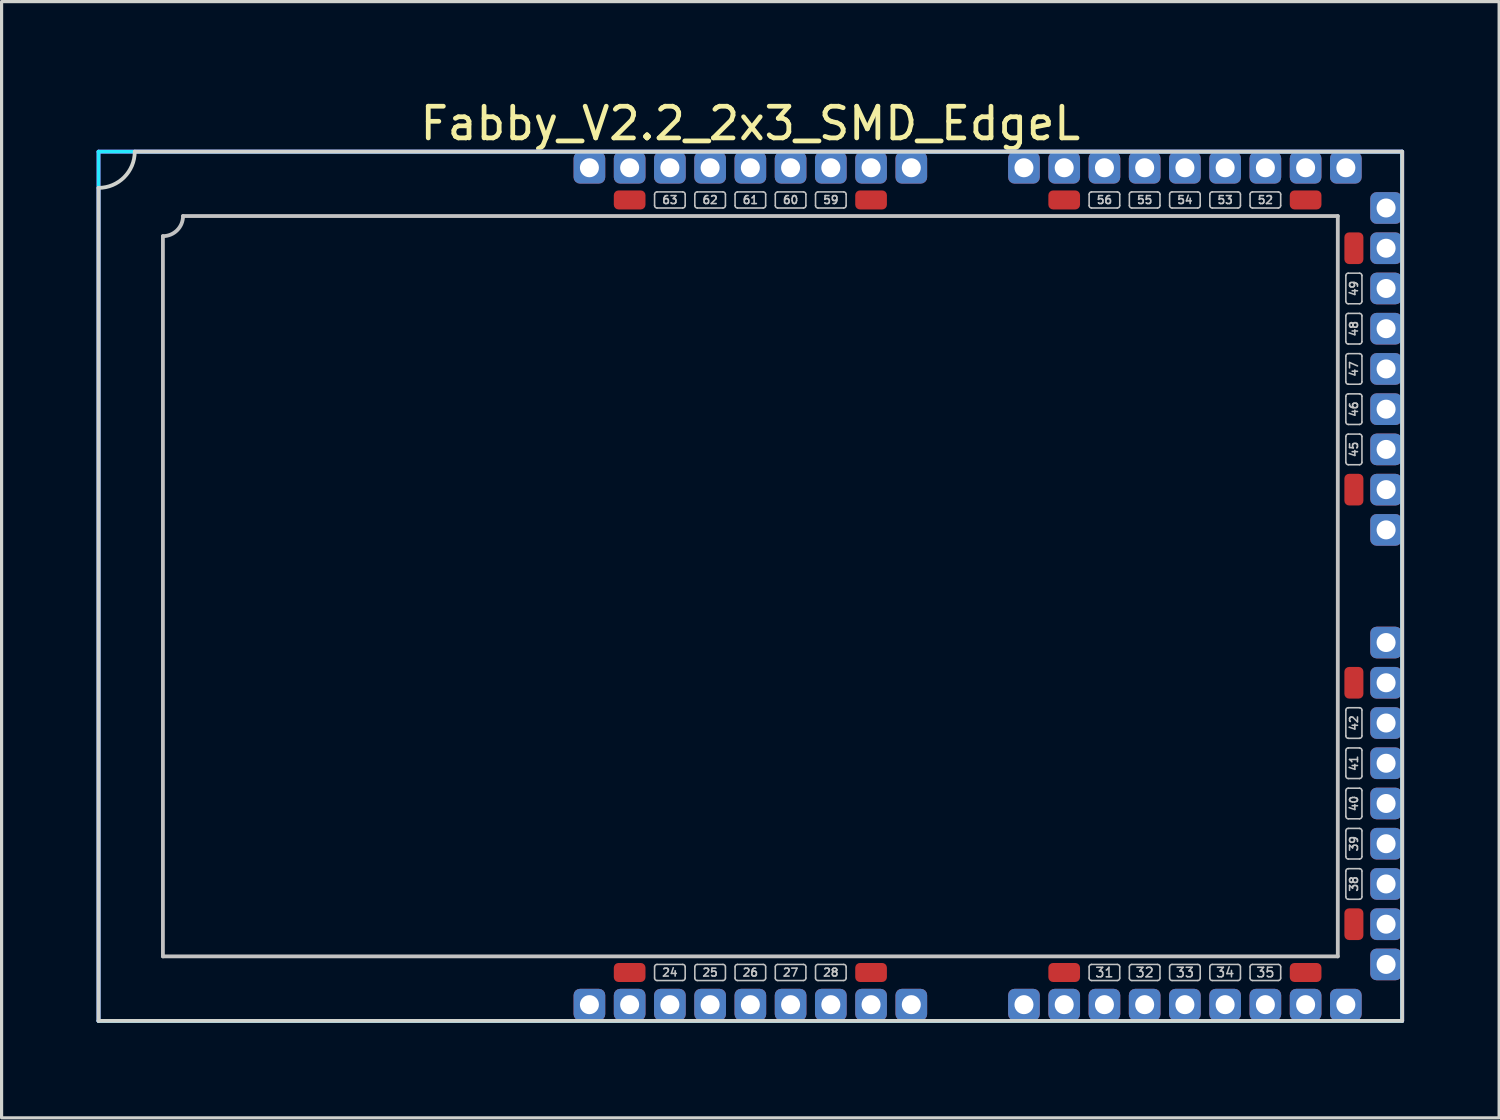
<source format=kicad_pcb>
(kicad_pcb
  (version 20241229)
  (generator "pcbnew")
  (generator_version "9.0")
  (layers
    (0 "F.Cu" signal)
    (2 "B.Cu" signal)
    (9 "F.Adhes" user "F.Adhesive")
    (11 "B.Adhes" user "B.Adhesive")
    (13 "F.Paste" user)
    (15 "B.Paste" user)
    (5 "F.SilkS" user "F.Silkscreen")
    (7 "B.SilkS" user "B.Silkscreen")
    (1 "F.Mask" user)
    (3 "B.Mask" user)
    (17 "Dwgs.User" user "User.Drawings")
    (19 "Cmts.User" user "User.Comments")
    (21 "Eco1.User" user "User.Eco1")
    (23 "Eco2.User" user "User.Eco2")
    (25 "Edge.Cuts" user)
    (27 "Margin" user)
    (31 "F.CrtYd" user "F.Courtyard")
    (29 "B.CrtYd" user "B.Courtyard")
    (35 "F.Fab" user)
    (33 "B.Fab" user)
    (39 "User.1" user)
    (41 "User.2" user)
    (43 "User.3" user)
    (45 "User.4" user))
  (footprint "Fabby_V2.2_2x3_SMD_EdgeL"
    (layer "F.Cu")
    (at 20.634 15.453)
    (property "Reference" "Fabby_V2.2_2x3_SMD_EdgeL" (at 0 -14.605 0) (layer "F.SilkS") (effects (font (size 1 1) (thickness 0.15))))
    (attr through_hole)
    (fp_line (start -18.542 11.684) (end -18.542 -11.049) (stroke (width 0.12) (type solid)) (layer "Dwgs.User"))
    (fp_line (start -17.907 -11.684) (end 18.542 -11.684) (stroke (width 0.12) (type solid)) (layer "Dwgs.User"))
    (fp_line (start -3.023 -12.014) (end -3.023 -12.37) (stroke (width 0.05) (type solid)) (layer "Dwgs.User"))
    (fp_line (start -3.023 12.014) (end -3.023 12.37) (stroke (width 0.05) (type solid)) (layer "Dwgs.User"))
    (fp_line (start -2.946 11.938) (end -2.134 11.938) (stroke (width 0.05) (type solid)) (layer "Dwgs.User"))
    (fp_line (start -2.946 12.446) (end -2.134 12.446) (stroke (width 0.05) (type solid)) (layer "Dwgs.User"))
    (fp_line (start -2.134 -12.446) (end -2.946 -12.446) (stroke (width 0.05) (type solid)) (layer "Dwgs.User"))
    (fp_line (start -2.134 -11.938) (end -2.946 -11.938) (stroke (width 0.05) (type solid)) (layer "Dwgs.User"))
    (fp_line (start -2.057 -12.014) (end -2.057 -12.37) (stroke (width 0.05) (type solid)) (layer "Dwgs.User"))
    (fp_line (start -2.057 12.014) (end -2.057 12.37) (stroke (width 0.05) (type solid)) (layer "Dwgs.User"))
    (fp_line (start -1.753 -12.014) (end -1.753 -12.37) (stroke (width 0.05) (type solid)) (layer "Dwgs.User"))
    (fp_line (start -1.753 12.014) (end -1.753 12.37) (stroke (width 0.05) (type solid)) (layer "Dwgs.User"))
    (fp_line (start -1.676 11.938) (end -0.864 11.938) (stroke (width 0.05) (type solid)) (layer "Dwgs.User"))
    (fp_line (start -1.676 12.446) (end -0.864 12.446) (stroke (width 0.05) (type solid)) (layer "Dwgs.User"))
    (fp_line (start -0.864 -12.446) (end -1.676 -12.446) (stroke (width 0.05) (type solid)) (layer "Dwgs.User"))
    (fp_line (start -0.864 -11.938) (end -1.676 -11.938) (stroke (width 0.05) (type solid)) (layer "Dwgs.User"))
    (fp_line (start -0.787 -12.014) (end -0.787 -12.37) (stroke (width 0.05) (type solid)) (layer "Dwgs.User"))
    (fp_line (start -0.787 12.014) (end -0.787 12.37) (stroke (width 0.05) (type solid)) (layer "Dwgs.User"))
    (fp_line (start -0.483 -12.014) (end -0.483 -12.37) (stroke (width 0.05) (type solid)) (layer "Dwgs.User"))
    (fp_line (start -0.483 12.014) (end -0.483 12.37) (stroke (width 0.05) (type solid)) (layer "Dwgs.User"))
    (fp_line (start -0.406 11.938) (end 0.406 11.938) (stroke (width 0.05) (type solid)) (layer "Dwgs.User"))
    (fp_line (start -0.406 12.446) (end 0.406 12.446) (stroke (width 0.05) (type solid)) (layer "Dwgs.User"))
    (fp_line (start 0.406 -12.446) (end -0.406 -12.446) (stroke (width 0.05) (type solid)) (layer "Dwgs.User"))
    (fp_line (start 0.406 -11.938) (end -0.406 -11.938) (stroke (width 0.05) (type solid)) (layer "Dwgs.User"))
    (fp_line (start 0.483 -12.014) (end 0.483 -12.37) (stroke (width 0.05) (type solid)) (layer "Dwgs.User"))
    (fp_line (start 0.483 12.014) (end 0.483 12.37) (stroke (width 0.05) (type solid)) (layer "Dwgs.User"))
    (fp_line (start 0.787 -12.014) (end 0.787 -12.37) (stroke (width 0.05) (type solid)) (layer "Dwgs.User"))
    (fp_line (start 0.787 12.014) (end 0.787 12.37) (stroke (width 0.05) (type solid)) (layer "Dwgs.User"))
    (fp_line (start 0.864 11.938) (end 1.676 11.938) (stroke (width 0.05) (type solid)) (layer "Dwgs.User"))
    (fp_line (start 0.864 12.446) (end 1.676 12.446) (stroke (width 0.05) (type solid)) (layer "Dwgs.User"))
    (fp_line (start 1.676 -12.446) (end 0.864 -12.446) (stroke (width 0.05) (type solid)) (layer "Dwgs.User"))
    (fp_line (start 1.676 -11.938) (end 0.864 -11.938) (stroke (width 0.05) (type solid)) (layer "Dwgs.User"))
    (fp_line (start 1.753 -12.014) (end 1.753 -12.37) (stroke (width 0.05) (type solid)) (layer "Dwgs.User"))
    (fp_line (start 1.753 12.014) (end 1.753 12.37) (stroke (width 0.05) (type solid)) (layer "Dwgs.User"))
    (fp_line (start 2.057 -12.014) (end 2.057 -12.37) (stroke (width 0.05) (type solid)) (layer "Dwgs.User"))
    (fp_line (start 2.057 12.014) (end 2.057 12.37) (stroke (width 0.05) (type solid)) (layer "Dwgs.User"))
    (fp_line (start 2.134 11.938) (end 2.946 11.938) (stroke (width 0.05) (type solid)) (layer "Dwgs.User"))
    (fp_line (start 2.134 12.446) (end 2.946 12.446) (stroke (width 0.05) (type solid)) (layer "Dwgs.User"))
    (fp_line (start 2.946 -12.446) (end 2.134 -12.446) (stroke (width 0.05) (type solid)) (layer "Dwgs.User"))
    (fp_line (start 2.946 -11.938) (end 2.134 -11.938) (stroke (width 0.05) (type solid)) (layer "Dwgs.User"))
    (fp_line (start 3.023 -12.014) (end 3.023 -12.37) (stroke (width 0.05) (type solid)) (layer "Dwgs.User"))
    (fp_line (start 3.023 12.014) (end 3.023 12.37) (stroke (width 0.05) (type solid)) (layer "Dwgs.User"))
    (fp_line (start 10.693 -12.014) (end 10.693 -12.37) (stroke (width 0.05) (type solid)) (layer "Dwgs.User"))
    (fp_line (start 10.693 12.37) (end 10.693 12.014) (stroke (width 0.05) (type solid)) (layer "Dwgs.User"))
    (fp_line (start 11.582 -12.446) (end 10.77 -12.446) (stroke (width 0.05) (type solid)) (layer "Dwgs.User"))
    (fp_line (start 11.582 -11.938) (end 10.77 -11.938) (stroke (width 0.05) (type solid)) (layer "Dwgs.User"))
    (fp_line (start 11.582 11.938) (end 10.77 11.938) (stroke (width 0.05) (type solid)) (layer "Dwgs.User"))
    (fp_line (start 11.582 12.446) (end 10.77 12.446) (stroke (width 0.05) (type solid)) (layer "Dwgs.User"))
    (fp_line (start 11.659 -12.014) (end 11.659 -12.37) (stroke (width 0.05) (type solid)) (layer "Dwgs.User"))
    (fp_line (start 11.659 12.37) (end 11.659 12.014) (stroke (width 0.05) (type solid)) (layer "Dwgs.User"))
    (fp_line (start 11.963 -12.014) (end 11.963 -12.37) (stroke (width 0.05) (type solid)) (layer "Dwgs.User"))
    (fp_line (start 11.963 12.37) (end 11.963 12.014) (stroke (width 0.05) (type solid)) (layer "Dwgs.User"))
    (fp_line (start 12.852 -12.446) (end 12.04 -12.446) (stroke (width 0.05) (type solid)) (layer "Dwgs.User"))
    (fp_line (start 12.852 -11.938) (end 12.04 -11.938) (stroke (width 0.05) (type solid)) (layer "Dwgs.User"))
    (fp_line (start 12.852 11.938) (end 12.04 11.938) (stroke (width 0.05) (type solid)) (layer "Dwgs.User"))
    (fp_line (start 12.852 12.446) (end 12.04 12.446) (stroke (width 0.05) (type solid)) (layer "Dwgs.User"))
    (fp_line (start 12.929 -12.014) (end 12.929 -12.37) (stroke (width 0.05) (type solid)) (layer "Dwgs.User"))
    (fp_line (start 12.929 12.37) (end 12.929 12.014) (stroke (width 0.05) (type solid)) (layer "Dwgs.User"))
    (fp_line (start 13.233 -12.014) (end 13.233 -12.37) (stroke (width 0.05) (type solid)) (layer "Dwgs.User"))
    (fp_line (start 13.233 12.37) (end 13.233 12.014) (stroke (width 0.05) (type solid)) (layer "Dwgs.User"))
    (fp_line (start 14.122 -12.446) (end 13.31 -12.446) (stroke (width 0.05) (type solid)) (layer "Dwgs.User"))
    (fp_line (start 14.122 -11.938) (end 13.31 -11.938) (stroke (width 0.05) (type solid)) (layer "Dwgs.User"))
    (fp_line (start 14.122 11.938) (end 13.31 11.938) (stroke (width 0.05) (type solid)) (layer "Dwgs.User"))
    (fp_line (start 14.122 12.446) (end 13.31 12.446) (stroke (width 0.05) (type solid)) (layer "Dwgs.User"))
    (fp_line (start 14.199 -12.014) (end 14.199 -12.37) (stroke (width 0.05) (type solid)) (layer "Dwgs.User"))
    (fp_line (start 14.199 12.37) (end 14.199 12.014) (stroke (width 0.05) (type solid)) (layer "Dwgs.User"))
    (fp_line (start 14.503 -12.014) (end 14.503 -12.37) (stroke (width 0.05) (type solid)) (layer "Dwgs.User"))
    (fp_line (start 14.503 12.37) (end 14.503 12.014) (stroke (width 0.05) (type solid)) (layer "Dwgs.User"))
    (fp_line (start 15.392 -12.446) (end 14.58 -12.446) (stroke (width 0.05) (type solid)) (layer "Dwgs.User"))
    (fp_line (start 15.392 -11.938) (end 14.58 -11.938) (stroke (width 0.05) (type solid)) (layer "Dwgs.User"))
    (fp_line (start 15.392 11.938) (end 14.58 11.938) (stroke (width 0.05) (type solid)) (layer "Dwgs.User"))
    (fp_line (start 15.392 12.446) (end 14.58 12.446) (stroke (width 0.05) (type solid)) (layer "Dwgs.User"))
    (fp_line (start 15.469 -12.014) (end 15.469 -12.37) (stroke (width 0.05) (type solid)) (layer "Dwgs.User"))
    (fp_line (start 15.469 12.37) (end 15.469 12.014) (stroke (width 0.05) (type solid)) (layer "Dwgs.User"))
    (fp_line (start 15.773 -12.014) (end 15.773 -12.37) (stroke (width 0.05) (type solid)) (layer "Dwgs.User"))
    (fp_line (start 15.773 12.37) (end 15.773 12.014) (stroke (width 0.05) (type solid)) (layer "Dwgs.User"))
    (fp_line (start 16.662 -12.446) (end 15.85 -12.446) (stroke (width 0.05) (type solid)) (layer "Dwgs.User"))
    (fp_line (start 16.662 -11.938) (end 15.85 -11.938) (stroke (width 0.05) (type solid)) (layer "Dwgs.User"))
    (fp_line (start 16.662 11.938) (end 15.85 11.938) (stroke (width 0.05) (type solid)) (layer "Dwgs.User"))
    (fp_line (start 16.662 12.446) (end 15.85 12.446) (stroke (width 0.05) (type solid)) (layer "Dwgs.User"))
    (fp_line (start 16.739 -12.014) (end 16.739 -12.37) (stroke (width 0.05) (type solid)) (layer "Dwgs.User"))
    (fp_line (start 16.739 12.37) (end 16.739 12.014) (stroke (width 0.05) (type solid)) (layer "Dwgs.User"))
    (fp_line (start 18.542 -11.684) (end 18.542 11.684) (stroke (width 0.12) (type solid)) (layer "Dwgs.User"))
    (fp_line (start 18.542 11.684) (end -18.542 11.684) (stroke (width 0.12) (type solid)) (layer "Dwgs.User"))
    (fp_line (start 18.796 -8.992) (end 18.796 -9.804) (stroke (width 0.05) (type solid)) (layer "Dwgs.User"))
    (fp_line (start 18.796 -7.722) (end 18.796 -8.534) (stroke (width 0.05) (type solid)) (layer "Dwgs.User"))
    (fp_line (start 18.796 -6.452) (end 18.796 -7.264) (stroke (width 0.05) (type solid)) (layer "Dwgs.User"))
    (fp_line (start 18.796 -5.182) (end 18.796 -5.994) (stroke (width 0.05) (type solid)) (layer "Dwgs.User"))
    (fp_line (start 18.796 -3.912) (end 18.796 -4.724) (stroke (width 0.05) (type solid)) (layer "Dwgs.User"))
    (fp_line (start 18.796 3.912) (end 18.796 4.724) (stroke (width 0.05) (type solid)) (layer "Dwgs.User"))
    (fp_line (start 18.796 5.182) (end 18.796 5.994) (stroke (width 0.05) (type solid)) (layer "Dwgs.User"))
    (fp_line (start 18.796 6.452) (end 18.796 7.264) (stroke (width 0.05) (type solid)) (layer "Dwgs.User"))
    (fp_line (start 18.796 7.722) (end 18.796 8.534) (stroke (width 0.05) (type solid)) (layer "Dwgs.User"))
    (fp_line (start 18.796 8.992) (end 18.796 9.804) (stroke (width 0.05) (type solid)) (layer "Dwgs.User"))
    (fp_line (start 18.872 -9.881) (end 19.228 -9.881) (stroke (width 0.05) (type solid)) (layer "Dwgs.User"))
    (fp_line (start 18.872 -8.915) (end 19.228 -8.915) (stroke (width 0.05) (type solid)) (layer "Dwgs.User"))
    (fp_line (start 18.872 -8.611) (end 19.228 -8.611) (stroke (width 0.05) (type solid)) (layer "Dwgs.User"))
    (fp_line (start 18.872 -7.645) (end 19.228 -7.645) (stroke (width 0.05) (type solid)) (layer "Dwgs.User"))
    (fp_line (start 18.872 -7.341) (end 19.228 -7.341) (stroke (width 0.05) (type solid)) (layer "Dwgs.User"))
    (fp_line (start 18.872 -6.375) (end 19.228 -6.375) (stroke (width 0.05) (type solid)) (layer "Dwgs.User"))
    (fp_line (start 18.872 -6.071) (end 19.228 -6.071) (stroke (width 0.05) (type solid)) (layer "Dwgs.User"))
    (fp_line (start 18.872 -5.105) (end 19.228 -5.105) (stroke (width 0.05) (type solid)) (layer "Dwgs.User"))
    (fp_line (start 18.872 -4.801) (end 19.228 -4.801) (stroke (width 0.05) (type solid)) (layer "Dwgs.User"))
    (fp_line (start 18.872 -3.835) (end 19.228 -3.835) (stroke (width 0.05) (type solid)) (layer "Dwgs.User"))
    (fp_line (start 19.228 3.835) (end 18.872 3.835) (stroke (width 0.05) (type solid)) (layer "Dwgs.User"))
    (fp_line (start 19.228 4.801) (end 18.872 4.801) (stroke (width 0.05) (type solid)) (layer "Dwgs.User"))
    (fp_line (start 19.228 5.105) (end 18.872 5.105) (stroke (width 0.05) (type solid)) (layer "Dwgs.User"))
    (fp_line (start 19.228 6.071) (end 18.872 6.071) (stroke (width 0.05) (type solid)) (layer "Dwgs.User"))
    (fp_line (start 19.228 6.375) (end 18.872 6.375) (stroke (width 0.05) (type solid)) (layer "Dwgs.User"))
    (fp_line (start 19.228 7.341) (end 18.872 7.341) (stroke (width 0.05) (type solid)) (layer "Dwgs.User"))
    (fp_line (start 19.228 7.645) (end 18.872 7.645) (stroke (width 0.05) (type solid)) (layer "Dwgs.User"))
    (fp_line (start 19.228 8.611) (end 18.872 8.611) (stroke (width 0.05) (type solid)) (layer "Dwgs.User"))
    (fp_line (start 19.228 8.915) (end 18.872 8.915) (stroke (width 0.05) (type solid)) (layer "Dwgs.User"))
    (fp_line (start 19.228 9.881) (end 18.872 9.881) (stroke (width 0.05) (type solid)) (layer "Dwgs.User"))
    (fp_line (start 19.304 -8.992) (end 19.304 -9.804) (stroke (width 0.05) (type solid)) (layer "Dwgs.User"))
    (fp_line (start 19.304 -7.722) (end 19.304 -8.534) (stroke (width 0.05) (type solid)) (layer "Dwgs.User"))
    (fp_line (start 19.304 -6.452) (end 19.304 -7.264) (stroke (width 0.05) (type solid)) (layer "Dwgs.User"))
    (fp_line (start 19.304 -5.182) (end 19.304 -5.994) (stroke (width 0.05) (type solid)) (layer "Dwgs.User"))
    (fp_line (start 19.304 -3.912) (end 19.304 -4.724) (stroke (width 0.05) (type solid)) (layer "Dwgs.User"))
    (fp_line (start 19.304 3.912) (end 19.304 4.724) (stroke (width 0.05) (type solid)) (layer "Dwgs.User"))
    (fp_line (start 19.304 5.182) (end 19.304 5.994) (stroke (width 0.05) (type solid)) (layer "Dwgs.User"))
    (fp_line (start 19.304 6.452) (end 19.304 7.264) (stroke (width 0.05) (type solid)) (layer "Dwgs.User"))
    (fp_line (start 19.304 7.722) (end 19.304 8.534) (stroke (width 0.05) (type solid)) (layer "Dwgs.User"))
    (fp_line (start 19.304 8.992) (end 19.304 9.804) (stroke (width 0.05) (type solid)) (layer "Dwgs.User"))
    (fp_arc (start -17.907 -11.684) (mid -18.092987 -11.234987) (end -18.542 -11.049) (stroke (width 0.12) (type solid)) (layer "Dwgs.User"))
    (fp_arc (start -3.0226 -12.3698) (mid -3.000282 -12.423682) (end -2.9464 -12.446) (stroke (width 0.05) (type solid)) (layer "Dwgs.User"))
    (fp_arc (start -3.0226 12.0142) (mid -3.000282 11.960318) (end -2.9464 11.938) (stroke (width 0.05) (type solid)) (layer "Dwgs.User"))
    (fp_arc (start -2.9464 -11.938) (mid -3.000282 -11.960318) (end -3.0226 -12.0142) (stroke (width 0.05) (type solid)) (layer "Dwgs.User"))
    (fp_arc (start -2.9464 12.446) (mid -3.000282 12.423682) (end -3.0226 12.3698) (stroke (width 0.05) (type solid)) (layer "Dwgs.User"))
    (fp_arc (start -2.1336 -12.446) (mid -2.079718 -12.423682) (end -2.0574 -12.3698) (stroke (width 0.05) (type solid)) (layer "Dwgs.User"))
    (fp_arc (start -2.1336 11.938) (mid -2.079718 11.960318) (end -2.0574 12.0142) (stroke (width 0.05) (type solid)) (layer "Dwgs.User"))
    (fp_arc (start -2.0574 -12.0142) (mid -2.079718 -11.960318) (end -2.1336 -11.938) (stroke (width 0.05) (type solid)) (layer "Dwgs.User"))
    (fp_arc (start -2.0574 12.3698) (mid -2.079718 12.423682) (end -2.1336 12.446) (stroke (width 0.05) (type solid)) (layer "Dwgs.User"))
    (fp_arc (start -1.7526 -12.3698) (mid -1.730282 -12.423682) (end -1.6764 -12.446) (stroke (width 0.05) (type solid)) (layer "Dwgs.User"))
    (fp_arc (start -1.7526 12.0142) (mid -1.730282 11.960318) (end -1.6764 11.938) (stroke (width 0.05) (type solid)) (layer "Dwgs.User"))
    (fp_arc (start -1.6764 -11.938) (mid -1.730282 -11.960318) (end -1.7526 -12.0142) (stroke (width 0.05) (type solid)) (layer "Dwgs.User"))
    (fp_arc (start -1.6764 12.446) (mid -1.730282 12.423682) (end -1.7526 12.3698) (stroke (width 0.05) (type solid)) (layer "Dwgs.User"))
    (fp_arc (start -0.8636 -12.446) (mid -0.809718 -12.423682) (end -0.7874 -12.3698) (stroke (width 0.05) (type solid)) (layer "Dwgs.User"))
    (fp_arc (start -0.8636 11.938) (mid -0.809718 11.960318) (end -0.7874 12.0142) (stroke (width 0.05) (type solid)) (layer "Dwgs.User"))
    (fp_arc (start -0.7874 -12.0142) (mid -0.809718 -11.960318) (end -0.8636 -11.938) (stroke (width 0.05) (type solid)) (layer "Dwgs.User"))
    (fp_arc (start -0.7874 12.3698) (mid -0.809718 12.423682) (end -0.8636 12.446) (stroke (width 0.05) (type solid)) (layer "Dwgs.User"))
    (fp_arc (start -0.4826 -12.3698) (mid -0.460282 -12.423682) (end -0.4064 -12.446) (stroke (width 0.05) (type solid)) (layer "Dwgs.User"))
    (fp_arc (start -0.4826 12.0142) (mid -0.460282 11.960318) (end -0.4064 11.938) (stroke (width 0.05) (type solid)) (layer "Dwgs.User"))
    (fp_arc (start -0.4064 -11.938) (mid -0.460282 -11.960318) (end -0.4826 -12.0142) (stroke (width 0.05) (type solid)) (layer "Dwgs.User"))
    (fp_arc (start -0.4064 12.446) (mid -0.460282 12.423682) (end -0.4826 12.3698) (stroke (width 0.05) (type solid)) (layer "Dwgs.User"))
    (fp_arc (start 0.4064 -12.446) (mid 0.460282 -12.423682) (end 0.4826 -12.3698) (stroke (width 0.05) (type solid)) (layer "Dwgs.User"))
    (fp_arc (start 0.4064 11.938) (mid 0.460282 11.960318) (end 0.4826 12.0142) (stroke (width 0.05) (type solid)) (layer "Dwgs.User"))
    (fp_arc (start 0.4826 -12.0142) (mid 0.460282 -11.960318) (end 0.4064 -11.938) (stroke (width 0.05) (type solid)) (layer "Dwgs.User"))
    (fp_arc (start 0.4826 12.3698) (mid 0.460282 12.423682) (end 0.4064 12.446) (stroke (width 0.05) (type solid)) (layer "Dwgs.User"))
    (fp_arc (start 0.7874 -12.3698) (mid 0.809718 -12.423682) (end 0.8636 -12.446) (stroke (width 0.05) (type solid)) (layer "Dwgs.User"))
    (fp_arc (start 0.7874 12.0142) (mid 0.809718 11.960318) (end 0.8636 11.938) (stroke (width 0.05) (type solid)) (layer "Dwgs.User"))
    (fp_arc (start 0.8636 -11.938) (mid 0.809718 -11.960318) (end 0.7874 -12.0142) (stroke (width 0.05) (type solid)) (layer "Dwgs.User"))
    (fp_arc (start 0.8636 12.446) (mid 0.809718 12.423682) (end 0.7874 12.3698) (stroke (width 0.05) (type solid)) (layer "Dwgs.User"))
    (fp_arc (start 1.6764 -12.446) (mid 1.730282 -12.423682) (end 1.7526 -12.3698) (stroke (width 0.05) (type solid)) (layer "Dwgs.User"))
    (fp_arc (start 1.6764 11.938) (mid 1.730282 11.960318) (end 1.7526 12.0142) (stroke (width 0.05) (type solid)) (layer "Dwgs.User"))
    (fp_arc (start 1.7526 -12.0142) (mid 1.730282 -11.960318) (end 1.6764 -11.938) (stroke (width 0.05) (type solid)) (layer "Dwgs.User"))
    (fp_arc (start 1.7526 12.3698) (mid 1.730282 12.423682) (end 1.6764 12.446) (stroke (width 0.05) (type solid)) (layer "Dwgs.User"))
    (fp_arc (start 2.0574 -12.3698) (mid 2.079718 -12.423682) (end 2.1336 -12.446) (stroke (width 0.05) (type solid)) (layer "Dwgs.User"))
    (fp_arc (start 2.0574 12.0142) (mid 2.079718 11.960318) (end 2.1336 11.938) (stroke (width 0.05) (type solid)) (layer "Dwgs.User"))
    (fp_arc (start 2.1336 -11.938) (mid 2.079718 -11.960318) (end 2.0574 -12.0142) (stroke (width 0.05) (type solid)) (layer "Dwgs.User"))
    (fp_arc (start 2.1336 12.446) (mid 2.079718 12.423682) (end 2.0574 12.3698) (stroke (width 0.05) (type solid)) (layer "Dwgs.User"))
    (fp_arc (start 2.9464 -12.446) (mid 3.000282 -12.423682) (end 3.0226 -12.3698) (stroke (width 0.05) (type solid)) (layer "Dwgs.User"))
    (fp_arc (start 2.9464 11.938) (mid 3.000282 11.960318) (end 3.0226 12.0142) (stroke (width 0.05) (type solid)) (layer "Dwgs.User"))
    (fp_arc (start 3.0226 -12.0142) (mid 3.000282 -11.960318) (end 2.9464 -11.938) (stroke (width 0.05) (type solid)) (layer "Dwgs.User"))
    (fp_arc (start 3.0226 12.3698) (mid 3.000282 12.423682) (end 2.9464 12.446) (stroke (width 0.05) (type solid)) (layer "Dwgs.User"))
    (fp_arc (start 10.6934 -12.3698) (mid 10.715718 -12.423682) (end 10.7696 -12.446) (stroke (width 0.05) (type solid)) (layer "Dwgs.User"))
    (fp_arc (start 10.6934 12.0142) (mid 10.715718 11.960318) (end 10.7696 11.938) (stroke (width 0.05) (type solid)) (layer "Dwgs.User"))
    (fp_arc (start 10.7696 -11.938) (mid 10.715718 -11.960318) (end 10.6934 -12.0142) (stroke (width 0.05) (type solid)) (layer "Dwgs.User"))
    (fp_arc (start 10.7696 12.446) (mid 10.715718 12.423682) (end 10.6934 12.3698) (stroke (width 0.05) (type solid)) (layer "Dwgs.User"))
    (fp_arc (start 11.5824 -12.446) (mid 11.636282 -12.423682) (end 11.6586 -12.3698) (stroke (width 0.05) (type solid)) (layer "Dwgs.User"))
    (fp_arc (start 11.5824 11.938) (mid 11.636282 11.960318) (end 11.6586 12.0142) (stroke (width 0.05) (type solid)) (layer "Dwgs.User"))
    (fp_arc (start 11.6586 -12.0142) (mid 11.636282 -11.960318) (end 11.5824 -11.938) (stroke (width 0.05) (type solid)) (layer "Dwgs.User"))
    (fp_arc (start 11.6586 12.3698) (mid 11.636282 12.423682) (end 11.5824 12.446) (stroke (width 0.05) (type solid)) (layer "Dwgs.User"))
    (fp_arc (start 11.9634 -12.3698) (mid 11.985718 -12.423682) (end 12.0396 -12.446) (stroke (width 0.05) (type solid)) (layer "Dwgs.User"))
    (fp_arc (start 11.9634 12.0142) (mid 11.985718 11.960318) (end 12.0396 11.938) (stroke (width 0.05) (type solid)) (layer "Dwgs.User"))
    (fp_arc (start 12.0396 -11.938) (mid 11.985718 -11.960318) (end 11.9634 -12.0142) (stroke (width 0.05) (type solid)) (layer "Dwgs.User"))
    (fp_arc (start 12.0396 12.446) (mid 11.985718 12.423682) (end 11.9634 12.3698) (stroke (width 0.05) (type solid)) (layer "Dwgs.User"))
    (fp_arc (start 12.8524 -12.446) (mid 12.906282 -12.423682) (end 12.9286 -12.3698) (stroke (width 0.05) (type solid)) (layer "Dwgs.User"))
    (fp_arc (start 12.8524 11.938) (mid 12.906282 11.960318) (end 12.9286 12.0142) (stroke (width 0.05) (type solid)) (layer "Dwgs.User"))
    (fp_arc (start 12.9286 -12.0142) (mid 12.906282 -11.960318) (end 12.8524 -11.938) (stroke (width 0.05) (type solid)) (layer "Dwgs.User"))
    (fp_arc (start 12.9286 12.3698) (mid 12.906282 12.423682) (end 12.8524 12.446) (stroke (width 0.05) (type solid)) (layer "Dwgs.User"))
    (fp_arc (start 13.2334 -12.3698) (mid 13.255718 -12.423682) (end 13.3096 -12.446) (stroke (width 0.05) (type solid)) (layer "Dwgs.User"))
    (fp_arc (start 13.2334 12.0142) (mid 13.255718 11.960318) (end 13.3096 11.938) (stroke (width 0.05) (type solid)) (layer "Dwgs.User"))
    (fp_arc (start 13.3096 -11.938) (mid 13.255718 -11.960318) (end 13.2334 -12.0142) (stroke (width 0.05) (type solid)) (layer "Dwgs.User"))
    (fp_arc (start 13.3096 12.446) (mid 13.255718 12.423682) (end 13.2334 12.3698) (stroke (width 0.05) (type solid)) (layer "Dwgs.User"))
    (fp_arc (start 14.1224 -12.446) (mid 14.176282 -12.423682) (end 14.1986 -12.3698) (stroke (width 0.05) (type solid)) (layer "Dwgs.User"))
    (fp_arc (start 14.1224 11.938) (mid 14.176282 11.960318) (end 14.1986 12.0142) (stroke (width 0.05) (type solid)) (layer "Dwgs.User"))
    (fp_arc (start 14.1986 -12.0142) (mid 14.176282 -11.960318) (end 14.1224 -11.938) (stroke (width 0.05) (type solid)) (layer "Dwgs.User"))
    (fp_arc (start 14.1986 12.3698) (mid 14.176282 12.423682) (end 14.1224 12.446) (stroke (width 0.05) (type solid)) (layer "Dwgs.User"))
    (fp_arc (start 14.5034 -12.3698) (mid 14.525718 -12.423682) (end 14.5796 -12.446) (stroke (width 0.05) (type solid)) (layer "Dwgs.User"))
    (fp_arc (start 14.5034 12.0142) (mid 14.525718 11.960318) (end 14.5796 11.938) (stroke (width 0.05) (type solid)) (layer "Dwgs.User"))
    (fp_arc (start 14.5796 -11.938) (mid 14.525718 -11.960318) (end 14.5034 -12.0142) (stroke (width 0.05) (type solid)) (layer "Dwgs.User"))
    (fp_arc (start 14.5796 12.446) (mid 14.525718 12.423682) (end 14.5034 12.3698) (stroke (width 0.05) (type solid)) (layer "Dwgs.User"))
    (fp_arc (start 15.3924 -12.446) (mid 15.446282 -12.423682) (end 15.4686 -12.3698) (stroke (width 0.05) (type solid)) (layer "Dwgs.User"))
    (fp_arc (start 15.3924 11.938) (mid 15.446282 11.960318) (end 15.4686 12.0142) (stroke (width 0.05) (type solid)) (layer "Dwgs.User"))
    (fp_arc (start 15.4686 -12.0142) (mid 15.446282 -11.960318) (end 15.3924 -11.938) (stroke (width 0.05) (type solid)) (layer "Dwgs.User"))
    (fp_arc (start 15.4686 12.3698) (mid 15.446282 12.423682) (end 15.3924 12.446) (stroke (width 0.05) (type solid)) (layer "Dwgs.User"))
    (fp_arc (start 15.7734 -12.3698) (mid 15.795718 -12.423682) (end 15.8496 -12.446) (stroke (width 0.05) (type solid)) (layer "Dwgs.User"))
    (fp_arc (start 15.7734 12.0142) (mid 15.795718 11.960318) (end 15.8496 11.938) (stroke (width 0.05) (type solid)) (layer "Dwgs.User"))
    (fp_arc (start 15.8496 -11.938) (mid 15.795718 -11.960318) (end 15.7734 -12.0142) (stroke (width 0.05) (type solid)) (layer "Dwgs.User"))
    (fp_arc (start 15.8496 12.446) (mid 15.795718 12.423682) (end 15.7734 12.3698) (stroke (width 0.05) (type solid)) (layer "Dwgs.User"))
    (fp_arc (start 16.6624 -12.446) (mid 16.716282 -12.423682) (end 16.7386 -12.3698) (stroke (width 0.05) (type solid)) (layer "Dwgs.User"))
    (fp_arc (start 16.6624 11.938) (mid 16.716282 11.960318) (end 16.7386 12.0142) (stroke (width 0.05) (type solid)) (layer "Dwgs.User"))
    (fp_arc (start 16.7386 -12.0142) (mid 16.716282 -11.960318) (end 16.6624 -11.938) (stroke (width 0.05) (type solid)) (layer "Dwgs.User"))
    (fp_arc (start 16.7386 12.3698) (mid 16.716282 12.423682) (end 16.6624 12.446) (stroke (width 0.05) (type solid)) (layer "Dwgs.User"))
    (fp_arc (start 18.796 -9.8044) (mid 18.818318 -9.858282) (end 18.8722 -9.8806) (stroke (width 0.05) (type solid)) (layer "Dwgs.User"))
    (fp_arc (start 18.796 -8.5344) (mid 18.818318 -8.588282) (end 18.8722 -8.6106) (stroke (width 0.05) (type solid)) (layer "Dwgs.User"))
    (fp_arc (start 18.796 -7.2644) (mid 18.818318 -7.318282) (end 18.8722 -7.3406) (stroke (width 0.05) (type solid)) (layer "Dwgs.User"))
    (fp_arc (start 18.796 -5.9944) (mid 18.818318 -6.048282) (end 18.8722 -6.0706) (stroke (width 0.05) (type solid)) (layer "Dwgs.User"))
    (fp_arc (start 18.796 -4.7244) (mid 18.818318 -4.778282) (end 18.8722 -4.8006) (stroke (width 0.05) (type solid)) (layer "Dwgs.User"))
    (fp_arc (start 18.796 3.9116) (mid 18.818318 3.857718) (end 18.8722 3.8354) (stroke (width 0.05) (type solid)) (layer "Dwgs.User"))
    (fp_arc (start 18.796 5.1816) (mid 18.818318 5.127718) (end 18.8722 5.1054) (stroke (width 0.05) (type solid)) (layer "Dwgs.User"))
    (fp_arc (start 18.796 6.4516) (mid 18.818318 6.397718) (end 18.8722 6.3754) (stroke (width 0.05) (type solid)) (layer "Dwgs.User"))
    (fp_arc (start 18.796 7.7216) (mid 18.818318 7.667718) (end 18.8722 7.6454) (stroke (width 0.05) (type solid)) (layer "Dwgs.User"))
    (fp_arc (start 18.796 8.9916) (mid 18.818318 8.937718) (end 18.8722 8.9154) (stroke (width 0.05) (type solid)) (layer "Dwgs.User"))
    (fp_arc (start 18.8722 -8.9154) (mid 18.818318 -8.937718) (end 18.796 -8.9916) (stroke (width 0.05) (type solid)) (layer "Dwgs.User"))
    (fp_arc (start 18.8722 -7.6454) (mid 18.818318 -7.667718) (end 18.796 -7.7216) (stroke (width 0.05) (type solid)) (layer "Dwgs.User"))
    (fp_arc (start 18.8722 -6.3754) (mid 18.818318 -6.397718) (end 18.796 -6.4516) (stroke (width 0.05) (type solid)) (layer "Dwgs.User"))
    (fp_arc (start 18.8722 -5.1054) (mid 18.818318 -5.127718) (end 18.796 -5.1816) (stroke (width 0.05) (type solid)) (layer "Dwgs.User"))
    (fp_arc (start 18.8722 -3.8354) (mid 18.818318 -3.857718) (end 18.796 -3.9116) (stroke (width 0.05) (type solid)) (layer "Dwgs.User"))
    (fp_arc (start 18.8722 4.8006) (mid 18.818318 4.778282) (end 18.796 4.7244) (stroke (width 0.05) (type solid)) (layer "Dwgs.User"))
    (fp_arc (start 18.8722 6.0706) (mid 18.818318 6.048282) (end 18.796 5.9944) (stroke (width 0.05) (type solid)) (layer "Dwgs.User"))
    (fp_arc (start 18.8722 7.3406) (mid 18.818318 7.318282) (end 18.796 7.2644) (stroke (width 0.05) (type solid)) (layer "Dwgs.User"))
    (fp_arc (start 18.8722 8.6106) (mid 18.818318 8.588282) (end 18.796 8.5344) (stroke (width 0.05) (type solid)) (layer "Dwgs.User"))
    (fp_arc (start 18.8722 9.8806) (mid 18.818318 9.858282) (end 18.796 9.8044) (stroke (width 0.05) (type solid)) (layer "Dwgs.User"))
    (fp_arc (start 19.2278 -9.8806) (mid 19.281682 -9.858282) (end 19.304 -9.8044) (stroke (width 0.05) (type solid)) (layer "Dwgs.User"))
    (fp_arc (start 19.2278 -8.6106) (mid 19.281682 -8.588282) (end 19.304 -8.5344) (stroke (width 0.05) (type solid)) (layer "Dwgs.User"))
    (fp_arc (start 19.2278 -7.3406) (mid 19.281682 -7.318282) (end 19.304 -7.2644) (stroke (width 0.05) (type solid)) (layer "Dwgs.User"))
    (fp_arc (start 19.2278 -6.0706) (mid 19.281682 -6.048282) (end 19.304 -5.9944) (stroke (width 0.05) (type solid)) (layer "Dwgs.User"))
    (fp_arc (start 19.2278 -4.8006) (mid 19.281682 -4.778282) (end 19.304 -4.7244) (stroke (width 0.05) (type solid)) (layer "Dwgs.User"))
    (fp_arc (start 19.2278 3.8354) (mid 19.281682 3.857718) (end 19.304 3.9116) (stroke (width 0.05) (type solid)) (layer "Dwgs.User"))
    (fp_arc (start 19.2278 5.1054) (mid 19.281682 5.127718) (end 19.304 5.1816) (stroke (width 0.05) (type solid)) (layer "Dwgs.User"))
    (fp_arc (start 19.2278 6.3754) (mid 19.281682 6.397718) (end 19.304 6.4516) (stroke (width 0.05) (type solid)) (layer "Dwgs.User"))
    (fp_arc (start 19.2278 7.6454) (mid 19.281682 7.667718) (end 19.304 7.7216) (stroke (width 0.05) (type solid)) (layer "Dwgs.User"))
    (fp_arc (start 19.2278 8.9154) (mid 19.281682 8.937718) (end 19.304 8.9916) (stroke (width 0.05) (type solid)) (layer "Dwgs.User"))
    (fp_arc (start 19.304 -8.9916) (mid 19.281682 -8.937718) (end 19.2278 -8.9154) (stroke (width 0.05) (type solid)) (layer "Dwgs.User"))
    (fp_arc (start 19.304 -7.7216) (mid 19.281682 -7.667718) (end 19.2278 -7.6454) (stroke (width 0.05) (type solid)) (layer "Dwgs.User"))
    (fp_arc (start 19.304 -6.4516) (mid 19.281682 -6.397718) (end 19.2278 -6.3754) (stroke (width 0.05) (type solid)) (layer "Dwgs.User"))
    (fp_arc (start 19.304 -5.1816) (mid 19.281682 -5.127718) (end 19.2278 -5.1054) (stroke (width 0.05) (type solid)) (layer "Dwgs.User"))
    (fp_arc (start 19.304 -3.9116) (mid 19.281682 -3.857718) (end 19.2278 -3.8354) (stroke (width 0.05) (type solid)) (layer "Dwgs.User"))
    (fp_arc (start 19.304 4.7244) (mid 19.281682 4.778282) (end 19.2278 4.8006) (stroke (width 0.05) (type solid)) (layer "Dwgs.User"))
    (fp_arc (start 19.304 5.9944) (mid 19.281682 6.048282) (end 19.2278 6.0706) (stroke (width 0.05) (type solid)) (layer "Dwgs.User"))
    (fp_arc (start 19.304 7.2644) (mid 19.281682 7.318282) (end 19.2278 7.3406) (stroke (width 0.05) (type solid)) (layer "Dwgs.User"))
    (fp_arc (start 19.304 8.5344) (mid 19.281682 8.588282) (end 19.2278 8.6106) (stroke (width 0.05) (type solid)) (layer "Dwgs.User"))
    (fp_arc (start 19.304 9.8044) (mid 19.281682 9.858282) (end 19.2278 9.8806) (stroke (width 0.05) (type solid)) (layer "Dwgs.User"))
    (fp_line (start -20.574 -12.573) (end -20.574 13.72) (stroke (width 0.12) (type solid)) (layer "Edge.Cuts"))
    (fp_line (start -20.574 13.72) (end 20.574 13.72) (stroke (width 0.12) (type solid)) (layer "Edge.Cuts"))
    (fp_line (start -19.431 -13.716) (end 20.574 -13.716) (stroke (width 0.12) (type solid)) (layer "Edge.Cuts"))
    (fp_line (start 20.574 13.72) (end 20.574 -13.716) (stroke (width 0.12) (type solid)) (layer "Edge.Cuts"))
    (fp_arc (start -19.431 -13.716) (mid -19.765777 -12.907777) (end -20.574 -12.573) (stroke (width 0.12) (type solid)) (layer "Edge.Cuts"))
    (fp_line (start -20.574 -13.716) (end 20.574 -13.716) (stroke (width 0.12) (type solid)) (layer "B.CrtYd"))
    (fp_line (start -20.574 13.72) (end -20.574 -13.716) (stroke (width 0.12) (type solid)) (layer "B.CrtYd"))
    (fp_line (start 20.574 -13.716) (end 20.574 13.72) (stroke (width 0.12) (type solid)) (layer "B.CrtYd"))
    (fp_line (start 20.574 13.72) (end -20.574 13.72) (stroke (width 0.12) (type solid)) (layer "B.CrtYd"))
    (fp_line (start -20.574 -13.716) (end 20.574 -13.716) (stroke (width 0.12) (type solid)) (layer "F.CrtYd"))
    (fp_line (start -20.574 13.72) (end -20.574 -13.716) (stroke (width 0.12) (type solid)) (layer "F.CrtYd"))
    (fp_line (start 20.574 -13.716) (end 20.574 13.72) (stroke (width 0.12) (type solid)) (layer "F.CrtYd"))
    (fp_line (start 20.574 13.72) (end -20.574 13.72) (stroke (width 0.12) (type solid)) (layer "F.CrtYd"))
    (fp_text user "61" (at 0 -12.192 0) (layer "Dwgs.User") (effects (font (size 0.25 0.25) (thickness 0.05))))
    (fp_text user "32" (at 12.446 12.192 180) (layer "Dwgs.User") (effects (font (size 0.3 0.3) (thickness 0.05))))
    (fp_text user "41" (at 19.05 5.588 90) (layer "Dwgs.User") (effects (font (size 0.25 0.25) (thickness 0.05))))
    (fp_text user "48" (at 19.05 -8.128 270) (layer "Dwgs.User") (effects (font (size 0.25 0.25) (thickness 0.05))))
    (fp_text user "33" (at 13.716 12.192 180) (layer "Dwgs.User") (effects (font (size 0.3 0.3) (thickness 0.05))))
    (fp_text user "42" (at 19.05 4.318 90) (layer "Dwgs.User") (effects (font (size 0.25 0.25) (thickness 0.05))))
    (fp_text user "53" (at 14.986 -12.192 0) (layer "Dwgs.User") (effects (font (size 0.25 0.25) (thickness 0.05))))
    (fp_text user "27" (at 1.27 12.192 180) (layer "Dwgs.User") (effects (font (size 0.25 0.25) (thickness 0.05))))
    (fp_text user "40" (at 19.05 6.858 90) (layer "Dwgs.User") (effects (font (size 0.25 0.25) (thickness 0.05))))
    (fp_text user "47" (at 19.05 -6.858 270) (layer "Dwgs.User") (effects (font (size 0.25 0.25) (thickness 0.05))))
    (fp_text user "35" (at 16.256 12.192 180) (layer "Dwgs.User") (effects (font (size 0.3 0.3) (thickness 0.05))))
    (fp_text user "63" (at -2.54 -12.192 0) (layer "Dwgs.User") (effects (font (size 0.25 0.25) (thickness 0.05))))
    (fp_text user "28" (at 2.54 12.192 180) (layer "Dwgs.User") (effects (font (size 0.25 0.25) (thickness 0.05))))
    (fp_text user "24" (at -2.54 12.192 180) (layer "Dwgs.User") (effects (font (size 0.25 0.25) (thickness 0.05))))
    (fp_text user "26" (at 0 12.192 180) (layer "Dwgs.User") (effects (font (size 0.25 0.25) (thickness 0.05))))
    (fp_text user "54" (at 13.716 -12.192 0) (layer "Dwgs.User") (effects (font (size 0.25 0.25) (thickness 0.05))))
    (fp_text user "38" (at 19.05 9.398 90) (layer "Dwgs.User") (effects (font (size 0.25 0.25) (thickness 0.05))))
    (fp_text user "59" (at 2.54 -12.192 0) (layer "Dwgs.User") (effects (font (size 0.25 0.25) (thickness 0.05))))
    (fp_text user "45" (at 19.05 -4.318 270) (layer "Dwgs.User") (effects (font (size 0.25 0.25) (thickness 0.05))))
    (fp_text user "56" (at 11.176 -12.192 0) (layer "Dwgs.User") (effects (font (size 0.25 0.25) (thickness 0.05))))
    (fp_text user "46" (at 19.05 -5.588 270) (layer "Dwgs.User") (effects (font (size 0.25 0.25) (thickness 0.05))))
    (fp_text user "52" (at 16.256 -12.192 0) (layer "Dwgs.User") (effects (font (size 0.25 0.25) (thickness 0.05))))
    (fp_text user "39" (at 19.05 8.128 90) (layer "Dwgs.User") (effects (font (size 0.25 0.25) (thickness 0.05))))
    (fp_text user "31" (at 11.176 12.192 180) (layer "Dwgs.User") (effects (font (size 0.3 0.3) (thickness 0.05))))
    (fp_text user "25" (at -1.27 12.192 180) (layer "Dwgs.User") (effects (font (size 0.25 0.25) (thickness 0.05))))
    (fp_text user "60" (at 1.27 -12.192 0) (layer "Dwgs.User") (effects (font (size 0.25 0.25) (thickness 0.05))))
    (fp_text user "55" (at 12.446 -12.192 0) (layer "Dwgs.User") (effects (font (size 0.25 0.25) (thickness 0.05))))
    (fp_text user "49" (at 19.05 -9.398 270) (layer "Dwgs.User") (effects (font (size 0.25 0.25) (thickness 0.05))))
    (fp_text user "62" (at -1.27 -12.192 0) (layer "Dwgs.User") (effects (font (size 0.25 0.25) (thickness 0.05))))
    (fp_text user "34" (at 14.986 12.192 180) (layer "Dwgs.User") (effects (font (size 0.3 0.3) (thickness 0.05))))
    (pad "" thru_hole roundrect (at -3.81 -13.208 270) (size 1 1) (drill 0.6) (layers "*.Cu" "*.Mask") (roundrect_rratio 0.2))
    (pad "" thru_hole roundrect (at -3.81 13.208 90) (size 1 1) (drill 0.6) (layers "*.Cu" "*.Mask") (roundrect_rratio 0.2))
    (pad "" thru_hole roundrect (at 3.81 -13.208 270) (size 1 1) (drill 0.6) (layers "*.Cu" "*.Mask") (roundrect_rratio 0.2))
    (pad "" thru_hole roundrect (at 3.81 13.208 90) (size 1 1) (drill 0.6) (layers "*.Cu" "*.Mask") (roundrect_rratio 0.2))
    (pad "" thru_hole roundrect (at 9.906 -13.208 270) (size 1 1) (drill 0.6) (layers "*.Cu" "*.Mask") (roundrect_rratio 0.2))
    (pad "" thru_hole roundrect (at 9.906 13.208) (size 1 1) (drill 0.6) (layers "*.Cu" "*.Mask") (roundrect_rratio 0.2))
    (pad "" thru_hole roundrect (at 17.526 -13.208 270) (size 1 1) (drill 0.6) (layers "*.Cu" "*.Mask") (roundrect_rratio 0.2))
    (pad "" thru_hole roundrect (at 17.526 13.208) (size 1 1) (drill 0.6) (layers "*.Cu" "*.Mask") (roundrect_rratio 0.2))
    (pad "" thru_hole roundrect (at 20.066 -10.668 180) (size 1 1) (drill 0.6) (layers "*.Cu" "*.Mask") (roundrect_rratio 0.2))
    (pad "" thru_hole roundrect (at 20.066 -3.048 180) (size 1 1) (drill 0.6) (layers "*.Cu" "*.Mask") (roundrect_rratio 0.2))
    (pad "" thru_hole roundrect (at 20.066 3.048) (size 1 1) (drill 0.6) (layers "*.Cu" "*.Mask") (roundrect_rratio 0.2))
    (pad "" thru_hole roundrect (at 20.066 10.668) (size 1 1) (drill 0.6) (layers "*.Cu" "*.Mask") (roundrect_rratio 0.2))
    (pad "1" thru_hole roundrect (at -5.08 -13.208 270) (size 1 1) (drill 0.6) (layers "*.Cu" "*.Mask") (roundrect_rratio 0.2))
    (pad "1" thru_hole roundrect (at -5.08 13.208 90) (size 1 1) (drill 0.6) (layers "*.Cu" "*.Mask") (roundrect_rratio 0.2))
    (pad "1" thru_hole roundrect (at 5.08 -13.208 270) (size 1 1) (drill 0.6) (layers "*.Cu" "*.Mask") (roundrect_rratio 0.2))
    (pad "1" thru_hole roundrect (at 5.08 13.208 90) (size 1 1) (drill 0.6) (layers "*.Cu" "*.Mask") (roundrect_rratio 0.2))
    (pad "1" thru_hole roundrect (at 8.636 -13.208 270) (size 1 1) (drill 0.6) (layers "*.Cu" "*.Mask") (roundrect_rratio 0.2))
    (pad "1" thru_hole roundrect (at 8.636 13.208) (size 1 1) (drill 0.6) (layers "*.Cu" "*.Mask") (roundrect_rratio 0.2))
    (pad "1" thru_hole roundrect (at 18.796 -13.208 270) (size 1 1) (drill 0.6) (layers "*.Cu" "*.Mask") (roundrect_rratio 0.2))
    (pad "1" thru_hole roundrect (at 18.796 13.208) (size 1 1) (drill 0.6) (layers "*.Cu" "*.Mask") (roundrect_rratio 0.2))
    (pad "1" thru_hole roundrect (at 20.066 -11.938 180) (size 1 1) (drill 0.6) (layers "*.Cu" "*.Mask") (roundrect_rratio 0.2))
    (pad "1" thru_hole roundrect (at 20.066 -1.778 180) (size 1 1) (drill 0.6) (layers "*.Cu" "*.Mask") (roundrect_rratio 0.2))
    (pad "1" thru_hole roundrect (at 20.066 1.778) (size 1 1) (drill 0.6) (layers "*.Cu" "*.Mask") (roundrect_rratio 0.2))
    (pad "1" thru_hole roundrect (at 20.066 11.938) (size 1 1) (drill 0.6) (layers "*.Cu" "*.Mask") (roundrect_rratio 0.2))
    (pad "23" smd roundrect (at -3.81 12.192 90) (size 0.6 1) (layers "F.Cu" "F.Mask" "F.Paste") (roundrect_rratio 0.25))
    (pad "24" thru_hole roundrect (at -2.54 13.208 90) (size 1 1) (drill 0.6) (layers "*.Cu" "*.Mask") (roundrect_rratio 0.2))
    (pad "25" thru_hole roundrect (at -1.27 13.208 90) (size 1 1) (drill 0.6) (layers "*.Cu" "*.Mask") (roundrect_rratio 0.2))
    (pad "26" thru_hole roundrect (at 0 13.208 90) (size 1 1) (drill 0.6) (layers "*.Cu" "*.Mask") (roundrect_rratio 0.2))
    (pad "27" thru_hole roundrect (at 1.27 13.208 90) (size 1 1) (drill 0.6) (layers "*.Cu" "*.Mask") (roundrect_rratio 0.2))
    (pad "28" thru_hole roundrect (at 2.54 13.208 90) (size 1 1) (drill 0.6) (layers "*.Cu" "*.Mask") (roundrect_rratio 0.2))
    (pad "29" smd roundrect (at 3.81 12.192 90) (size 0.6 1) (layers "F.Cu" "F.Mask" "F.Paste") (roundrect_rratio 0.25))
    (pad "30" smd roundrect (at 9.906 12.192 90) (size 0.6 1) (layers "F.Cu" "F.Mask" "F.Paste") (roundrect_rratio 0.25))
    (pad "31" thru_hole roundrect (at 11.176 13.208) (size 1 1) (drill 0.6) (layers "*.Cu" "*.Mask") (roundrect_rratio 0.2))
    (pad "32" thru_hole roundrect (at 12.446 13.208) (size 1 1) (drill 0.6) (layers "*.Cu" "*.Mask") (roundrect_rratio 0.2))
    (pad "33" thru_hole roundrect (at 13.716 13.208) (size 1 1) (drill 0.6) (layers "*.Cu" "*.Mask") (roundrect_rratio 0.2))
    (pad "34" thru_hole roundrect (at 14.986 13.208) (size 1 1) (drill 0.6) (layers "*.Cu" "*.Mask") (roundrect_rratio 0.2))
    (pad "35" thru_hole roundrect (at 16.256 13.208) (size 1 1) (drill 0.6) (layers "*.Cu" "*.Mask") (roundrect_rratio 0.2))
    (pad "36" smd roundrect (at 17.526 12.192 90) (size 0.6 1) (layers "F.Cu" "F.Mask" "F.Paste") (roundrect_rratio 0.25))
    (pad "37" smd roundrect (at 19.05 10.668 180) (size 0.6 1) (layers "F.Cu" "F.Mask" "F.Paste") (roundrect_rratio 0.25))
    (pad "38" thru_hole roundrect (at 20.066 9.398) (size 1 1) (drill 0.6) (layers "*.Cu" "*.Mask") (roundrect_rratio 0.2))
    (pad "39" thru_hole roundrect (at 20.066 8.128) (size 1 1) (drill 0.6) (layers "*.Cu" "*.Mask") (roundrect_rratio 0.2))
    (pad "40" thru_hole roundrect (at 20.066 6.858) (size 1 1) (drill 0.6) (layers "*.Cu" "*.Mask") (roundrect_rratio 0.2))
    (pad "41" thru_hole roundrect (at 20.066 5.588) (size 1 1) (drill 0.6) (layers "*.Cu" "*.Mask") (roundrect_rratio 0.2))
    (pad "42" thru_hole roundrect (at 20.066 4.318) (size 1 1) (drill 0.6) (layers "*.Cu" "*.Mask") (roundrect_rratio 0.2))
    (pad "43" smd roundrect (at 19.05 3.048 180) (size 0.6 1) (layers "F.Cu" "F.Mask" "F.Paste") (roundrect_rratio 0.25))
    (pad "44" smd roundrect (at 19.05 -3.048 180) (size 0.6 1) (layers "F.Cu" "F.Mask" "F.Paste") (roundrect_rratio 0.25))
    (pad "45" thru_hole roundrect (at 20.066 -4.318 180) (size 1 1) (drill 0.6) (layers "*.Cu" "*.Mask") (roundrect_rratio 0.2))
    (pad "46" thru_hole roundrect (at 20.066 -5.588 180) (size 1 1) (drill 0.6) (layers "*.Cu" "*.Mask") (roundrect_rratio 0.2))
    (pad "47" thru_hole roundrect (at 20.066 -6.858 180) (size 1 1) (drill 0.6) (layers "*.Cu" "*.Mask") (roundrect_rratio 0.2))
    (pad "48" thru_hole roundrect (at 20.066 -8.128 180) (size 1 1) (drill 0.6) (layers "*.Cu" "*.Mask") (roundrect_rratio 0.2))
    (pad "49" thru_hole roundrect (at 20.066 -9.398 180) (size 1 1) (drill 0.6) (layers "*.Cu" "*.Mask") (roundrect_rratio 0.2))
    (pad "50" smd roundrect (at 19.05 -10.668 180) (size 0.6 1) (layers "F.Cu" "F.Mask" "F.Paste") (roundrect_rratio 0.25))
    (pad "51" smd roundrect (at 17.526 -12.192 270) (size 0.6 1) (layers "F.Cu" "F.Mask" "F.Paste") (roundrect_rratio 0.25))
    (pad "52" thru_hole roundrect (at 16.256 -13.208 270) (size 1 1) (drill 0.6) (layers "*.Cu" "*.Mask") (roundrect_rratio 0.2))
    (pad "53" thru_hole roundrect (at 14.986 -13.208 270) (size 1 1) (drill 0.6) (layers "*.Cu" "*.Mask") (roundrect_rratio 0.2))
    (pad "54" thru_hole roundrect (at 13.716 -13.208 270) (size 1 1) (drill 0.6) (layers "*.Cu" "*.Mask") (roundrect_rratio 0.2))
    (pad "55" thru_hole roundrect (at 12.446 -13.208 270) (size 1 1) (drill 0.6) (layers "*.Cu" "*.Mask") (roundrect_rratio 0.2))
    (pad "56" thru_hole roundrect (at 11.176 -13.208 270) (size 1 1) (drill 0.6) (layers "*.Cu" "*.Mask") (roundrect_rratio 0.2))
    (pad "57" smd roundrect (at 9.906 -12.192 270) (size 0.6 1) (layers "F.Cu" "F.Mask" "F.Paste") (roundrect_rratio 0.25))
    (pad "58" smd roundrect (at 3.81 -12.192 270) (size 0.6 1) (layers "F.Cu" "F.Mask" "F.Paste") (roundrect_rratio 0.25))
    (pad "59" thru_hole roundrect (at 2.54 -13.208 270) (size 1 1) (drill 0.6) (layers "*.Cu" "*.Mask") (roundrect_rratio 0.2))
    (pad "60" thru_hole roundrect (at 1.27 -13.208 270) (size 1 1) (drill 0.6) (layers "*.Cu" "*.Mask") (roundrect_rratio 0.2))
    (pad "61" thru_hole roundrect (at 0 -13.208 270) (size 1 1) (drill 0.6) (layers "*.Cu" "*.Mask") (roundrect_rratio 0.2))
    (pad "62" thru_hole roundrect (at -1.27 -13.208 270) (size 1 1) (drill 0.6) (layers "*.Cu" "*.Mask") (roundrect_rratio 0.2))
    (pad "63" thru_hole roundrect (at -2.54 -13.208 270) (size 1 1) (drill 0.6) (layers "*.Cu" "*.Mask") (roundrect_rratio 0.2))
    (pad "64" smd roundrect (at -3.81 -12.192 270) (size 0.6 1) (layers "F.Cu" "F.Mask" "F.Paste") (roundrect_rratio 0.25)))
  (gr_rect
    (start -3 -3)
    (end 44.268 32.233)
    (stroke (width 0.1) (type default))
    (fill no)
    (layer "Edge.Cuts")))
</source>
